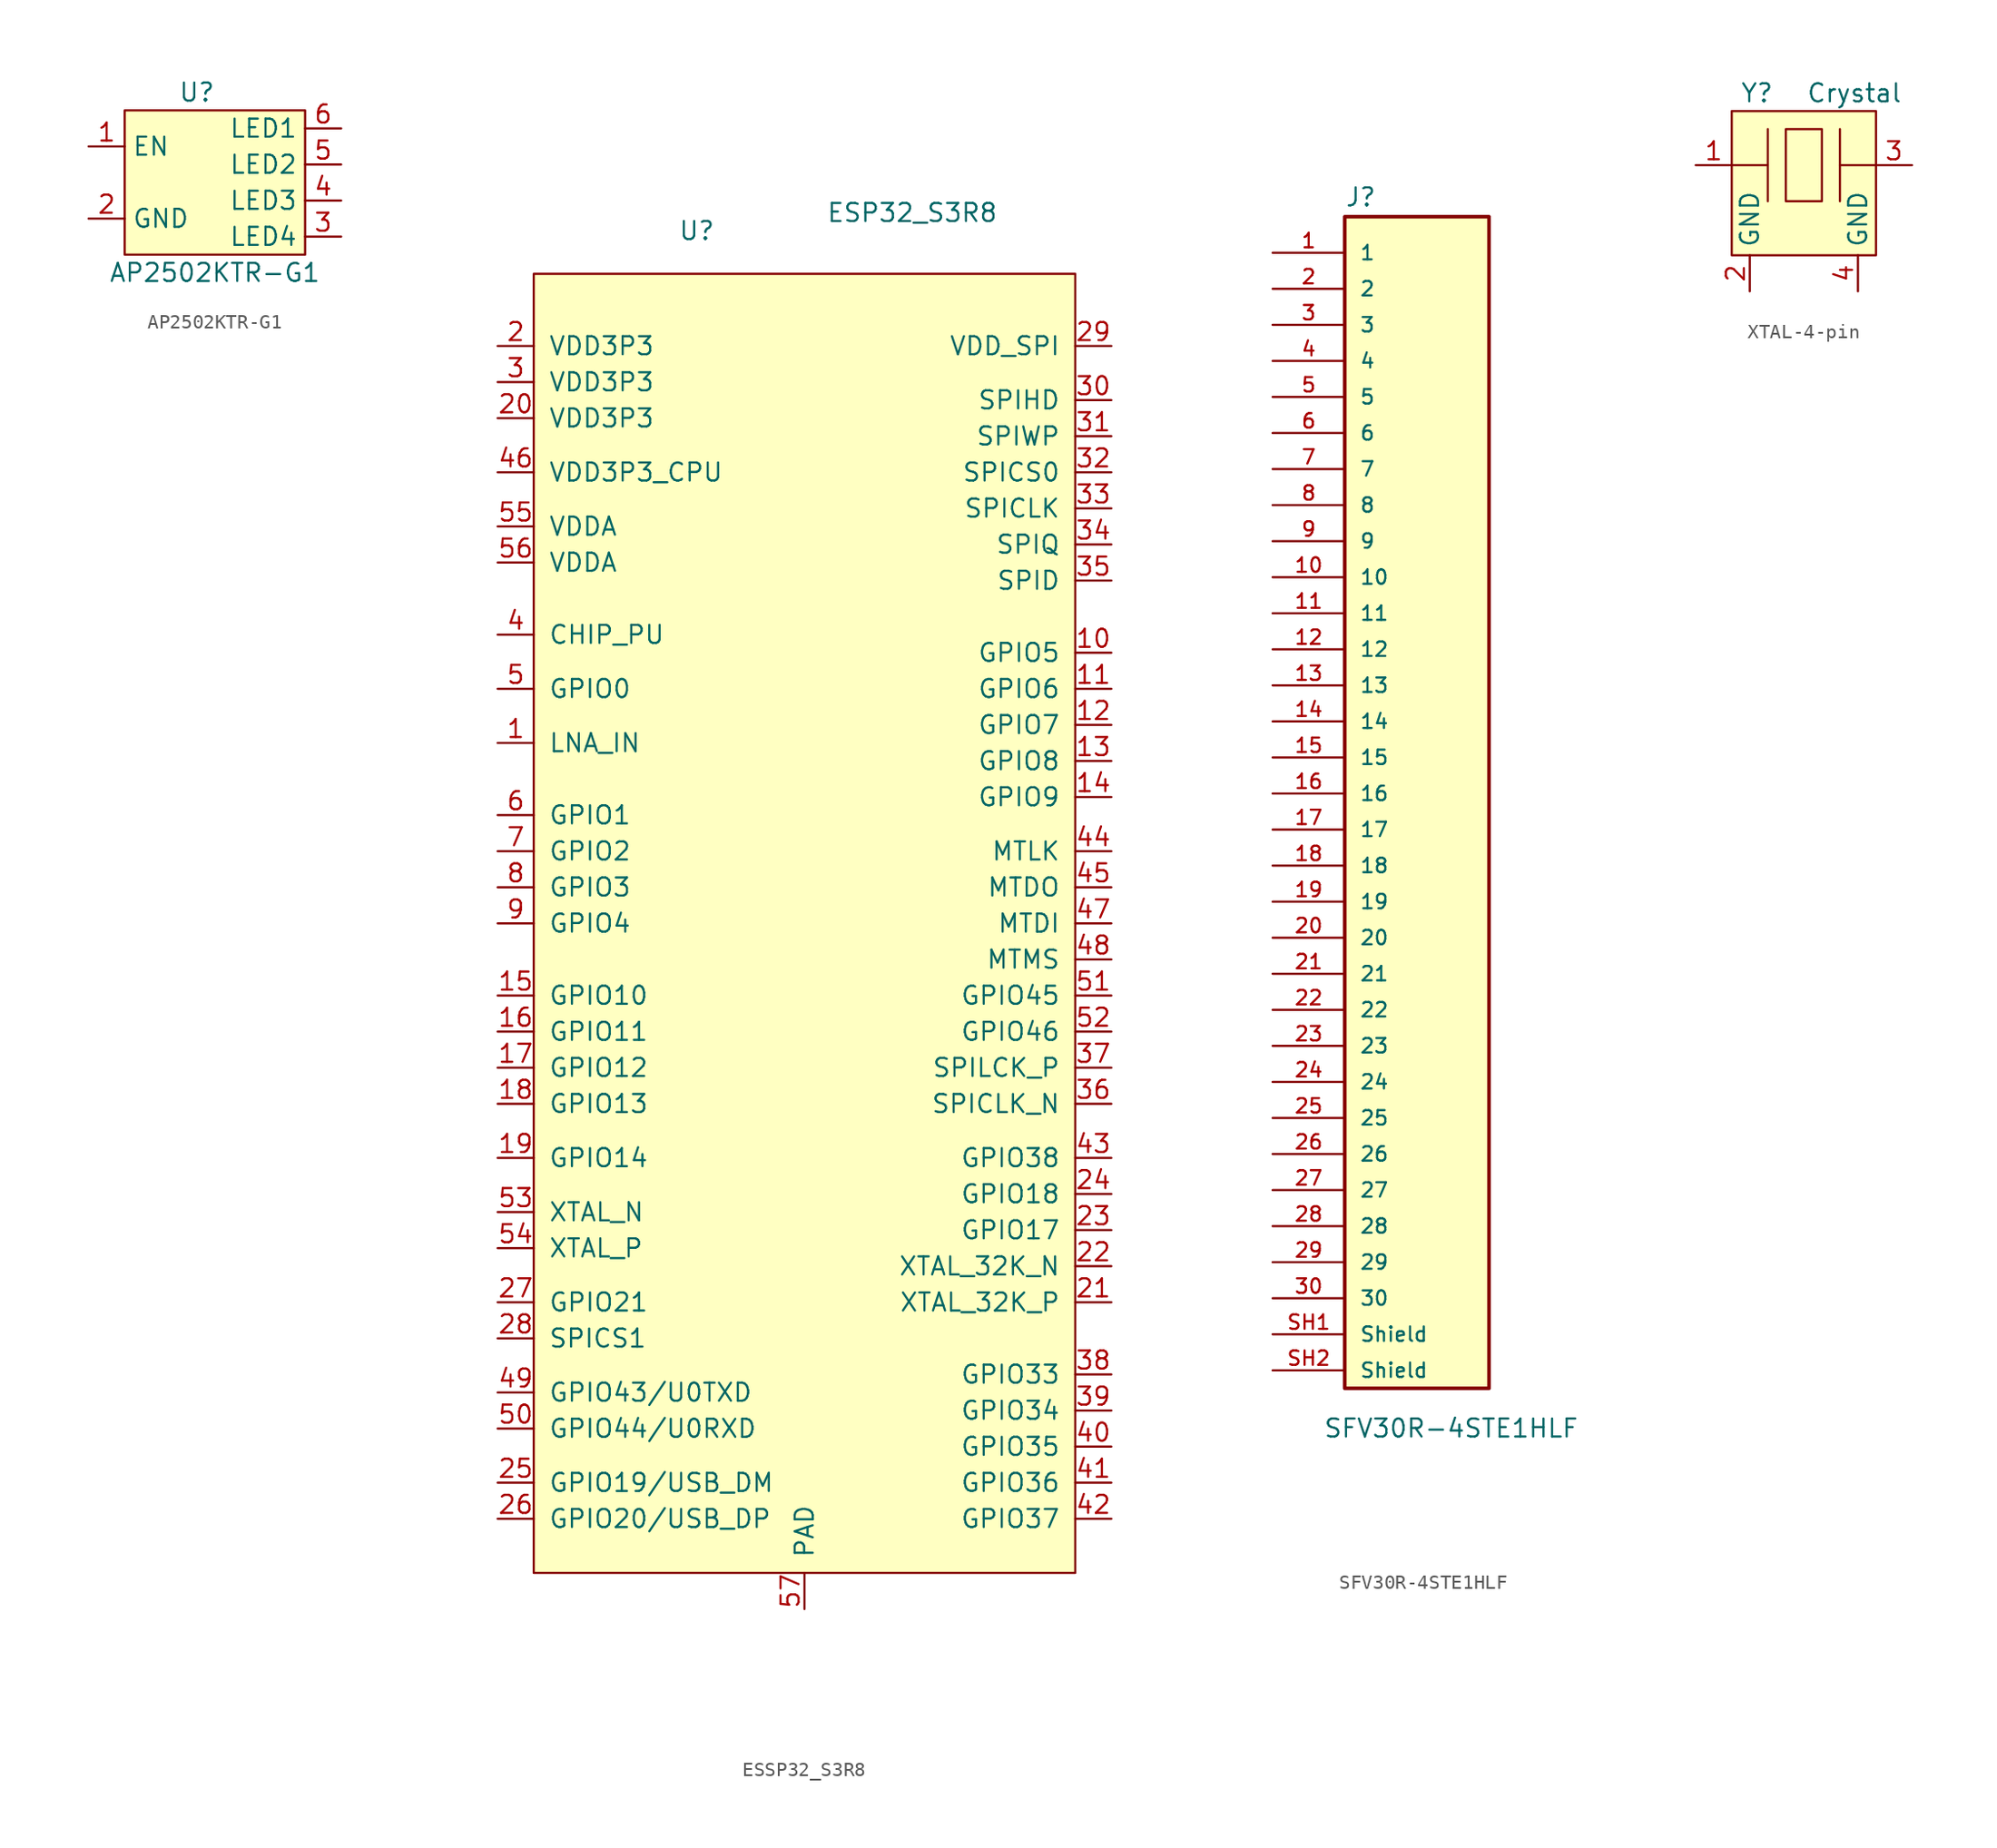
<source format=kicad_sym>
(kicad_symbol_lib
  (version 20231120)
  (generator "kicad_symbol_editor")
  (generator_version "8.0")
  (symbol "AP2502KTR-G1"
    (property "Reference" "U"
      (at -1.27 6.35 0)
      (effects (font (size 1.27 1.27))))
    (property "Value" "AP2502KTR-G1"
      (at 0 -6.35 0)
      (effects (font (size 1.27 1.27))))
    (symbol "AP2502KTR-G1_0_1"
      (rectangle (start -6.35 5.08) (end 6.35 -5.08) (stroke (width 0.152) (type default)) (fill (type background))))
    (symbol "AP2502KTR-G1_1_1"
      (pin input line (at -8.89 2.54 0) (length 2.54) (name "EN" (effects (font (size 1.27 1.27)))) (number "1" (effects (font (size 1.27 1.27)))))
      (pin power_in line (at -8.89 -2.54 0) (length 2.54) (name "GND" (effects (font (size 1.27 1.27)))) (number "2" (effects (font (size 1.27 1.27)))))
      (pin input line (at 8.89 -3.81 180) (length 2.54) (name "LED4" (effects (font (size 1.27 1.27)))) (number "3" (effects (font (size 1.27 1.27)))))
      (pin input line (at 8.89 -1.27 180) (length 2.54) (name "LED3" (effects (font (size 1.27 1.27)))) (number "4" (effects (font (size 1.27 1.27)))))
      (pin input line (at 8.89 1.27 180) (length 2.54) (name "LED2" (effects (font (size 1.27 1.27)))) (number "5" (effects (font (size 1.27 1.27)))))
      (pin input line (at 8.89 3.81 180) (length 2.54) (name "LED1" (effects (font (size 1.27 1.27)))) (number "6" (effects (font (size 1.27 1.27)))))))
  (symbol "ESSP32_S3R8"
    (pin_names
      (offset 1.016))
    (property "Reference" "U"
      (at -8.89 48.006 0)
      (effects (font (size 1.27 1.27)) (justify left bottom)))
    (property "Value" "ESP32_S3R8"
      (at 1.524 49.276 0)
      (effects (font (size 1.27 1.27)) (justify left bottom)))
    (symbol "ESSP32_S3R8_0_0"
      (rectangle (start -19.05 45.72) (end 19.05 -45.72) (stroke (width 0.152) (type default)) (fill (type background))))
    (symbol "ESSP32_S3R8_1_0"
      (pin power_in line (at -21.59 12.7 0) (length 2.54) (name "LNA_IN" (effects (font (size 1.27 1.27)))) (number "1" (effects (font (size 1.27 1.27)))))
      (pin bidirectional line (at 21.59 19.05 180) (length 2.54) (name "GPIO5" (effects (font (size 1.27 1.27)))) (number "10" (effects (font (size 1.27 1.27)))))
      (pin bidirectional line (at 21.59 16.51 180) (length 2.54) (name "GPIO6" (effects (font (size 1.27 1.27)))) (number "11" (effects (font (size 1.27 1.27)))))
      (pin bidirectional line (at 21.59 13.97 180) (length 2.54) (name "GPIO7" (effects (font (size 1.27 1.27)))) (number "12" (effects (font (size 1.27 1.27)))))
      (pin bidirectional line (at 21.59 11.43 180) (length 2.54) (name "GPIO8" (effects (font (size 1.27 1.27)))) (number "13" (effects (font (size 1.27 1.27)))))
      (pin power_in line (at 21.59 8.89 180) (length 2.54) (name "GPIO9" (effects (font (size 1.27 1.27)))) (number "14" (effects (font (size 1.27 1.27)))))
      (pin bidirectional line (at -21.59 -5.08 0) (length 2.54) (name "GPIO10" (effects (font (size 1.27 1.27)))) (number "15" (effects (font (size 1.27 1.27)))))
      (pin bidirectional line (at -21.59 -7.62 0) (length 2.54) (name "GPIO11" (effects (font (size 1.27 1.27)))) (number "16" (effects (font (size 1.27 1.27)))))
      (pin bidirectional line (at -21.59 -10.16 0) (length 2.54) (name "GPIO12" (effects (font (size 1.27 1.27)))) (number "17" (effects (font (size 1.27 1.27)))))
      (pin bidirectional line (at -21.59 -12.7 0) (length 2.54) (name "GPIO13" (effects (font (size 1.27 1.27)))) (number "18" (effects (font (size 1.27 1.27)))))
      (pin bidirectional line (at -21.59 -16.51 0) (length 2.54) (name "GPIO14" (effects (font (size 1.27 1.27)))) (number "19" (effects (font (size 1.27 1.27)))))
      (pin power_in line (at -21.59 40.64 0) (length 2.54) (name "VDD3P3" (effects (font (size 1.27 1.27)))) (number "2" (effects (font (size 1.27 1.27)))))
      (pin power_in line (at -21.59 35.56 0) (length 2.54) (name "VDD3P3" (effects (font (size 1.27 1.27)))) (number "20" (effects (font (size 1.27 1.27)))))
      (pin input line (at 21.59 -26.67 180) (length 2.54) (name "XTAL_32K_P" (effects (font (size 1.27 1.27)))) (number "21" (effects (font (size 1.27 1.27)))))
      (pin power_in line (at 21.59 -24.13 180) (length 2.54) (name "XTAL_32K_N" (effects (font (size 1.27 1.27)))) (number "22" (effects (font (size 1.27 1.27)))))
      (pin bidirectional line (at 21.59 -21.59 180) (length 2.54) (name "GPIO17" (effects (font (size 1.27 1.27)))) (number "23" (effects (font (size 1.27 1.27)))))
      (pin power_in line (at 21.59 -19.05 180) (length 2.54) (name "GPIO18" (effects (font (size 1.27 1.27)))) (number "24" (effects (font (size 1.27 1.27)))))
      (pin power_in line (at -21.59 -39.37 0) (length 2.54) (name "GPIO19/USB_DM" (effects (font (size 1.27 1.27)))) (number "25" (effects (font (size 1.27 1.27)))))
      (pin power_in line (at -21.59 -41.91 0) (length 2.54) (name "GPIO20/USB_DP" (effects (font (size 1.27 1.27)))) (number "26" (effects (font (size 1.27 1.27)))))
      (pin power_in line (at -21.59 -26.67 0) (length 2.54) (name "GPIO21" (effects (font (size 1.27 1.27)))) (number "27" (effects (font (size 1.27 1.27)))))
      (pin power_in line (at -21.59 -29.21 0) (length 2.54) (name "SPICS1" (effects (font (size 1.27 1.27)))) (number "28" (effects (font (size 1.27 1.27)))))
      (pin power_out line (at 21.59 40.64 180) (length 2.54) (name "VDD_SPI" (effects (font (size 1.27 1.27)))) (number "29" (effects (font (size 1.27 1.27)))))
      (pin power_in line (at -21.59 38.1 0) (length 2.54) (name "VDD3P3" (effects (font (size 1.27 1.27)))) (number "3" (effects (font (size 1.27 1.27)))))
      (pin bidirectional line (at 21.59 36.83 180) (length 2.54) (name "SPIHD" (effects (font (size 1.27 1.27)))) (number "30" (effects (font (size 1.27 1.27)))))
      (pin bidirectional line (at 21.59 34.29 180) (length 2.54) (name "SPIWP" (effects (font (size 1.27 1.27)))) (number "31" (effects (font (size 1.27 1.27)))))
      (pin bidirectional line (at 21.59 31.75 180) (length 2.54) (name "SPICS0" (effects (font (size 1.27 1.27)))) (number "32" (effects (font (size 1.27 1.27)))))
      (pin bidirectional line (at 21.59 29.21 180) (length 2.54) (name "SPICLK" (effects (font (size 1.27 1.27)))) (number "33" (effects (font (size 1.27 1.27)))))
      (pin bidirectional line (at 21.59 26.67 180) (length 2.54) (name "SPIQ" (effects (font (size 1.27 1.27)))) (number "34" (effects (font (size 1.27 1.27)))))
      (pin bidirectional line (at 21.59 24.13 180) (length 2.54) (name "SPID" (effects (font (size 1.27 1.27)))) (number "35" (effects (font (size 1.27 1.27)))))
      (pin input line (at 21.59 -12.7 180) (length 2.54) (name "SPICLK_N" (effects (font (size 1.27 1.27)))) (number "36" (effects (font (size 1.27 1.27)))))
      (pin input line (at 21.59 -10.16 180) (length 2.54) (name "SPILCK_P" (effects (font (size 1.27 1.27)))) (number "37" (effects (font (size 1.27 1.27)))))
      (pin bidirectional line (at 21.59 -31.75 180) (length 2.54) (name "GPIO33" (effects (font (size 1.27 1.27)))) (number "38" (effects (font (size 1.27 1.27)))))
      (pin bidirectional line (at 21.59 -34.29 180) (length 2.54) (name "GPIO34" (effects (font (size 1.27 1.27)))) (number "39" (effects (font (size 1.27 1.27)))))
      (pin input line (at -21.59 20.32 0) (length 2.54) (name "CHIP_PU" (effects (font (size 1.27 1.27)))) (number "4" (effects (font (size 1.27 1.27)))))
      (pin bidirectional line (at 21.59 -36.83 180) (length 2.54) (name "GPIO35" (effects (font (size 1.27 1.27)))) (number "40" (effects (font (size 1.27 1.27)))))
      (pin bidirectional line (at 21.59 -39.37 180) (length 2.54) (name "GPIO36" (effects (font (size 1.27 1.27)))) (number "41" (effects (font (size 1.27 1.27)))))
      (pin bidirectional line (at 21.59 -41.91 180) (length 2.54) (name "GPIO37" (effects (font (size 1.27 1.27)))) (number "42" (effects (font (size 1.27 1.27)))))
      (pin power_out line (at 21.59 -16.51 180) (length 2.54) (name "GPIO38" (effects (font (size 1.27 1.27)))) (number "43" (effects (font (size 1.27 1.27)))))
      (pin bidirectional line (at 21.59 5.08 180) (length 2.54) (name "MTLK" (effects (font (size 1.27 1.27)))) (number "44" (effects (font (size 1.27 1.27)))))
      (pin bidirectional line (at 21.59 2.54 180) (length 2.54) (name "MTDO" (effects (font (size 1.27 1.27)))) (number "45" (effects (font (size 1.27 1.27)))))
      (pin power_in line (at -21.59 31.75 0) (length 2.54) (name "VDD3P3_CPU" (effects (font (size 1.27 1.27)))) (number "46" (effects (font (size 1.27 1.27)))))
      (pin bidirectional line (at 21.59 0 180) (length 2.54) (name "MTDI" (effects (font (size 1.27 1.27)))) (number "47" (effects (font (size 1.27 1.27)))))
      (pin bidirectional line (at 21.59 -2.54 180) (length 2.54) (name "MTMS" (effects (font (size 1.27 1.27)))) (number "48" (effects (font (size 1.27 1.27)))))
      (pin output line (at -21.59 -33.02 0) (length 2.54) (name "GPIO43/U0TXD" (effects (font (size 1.27 1.27)))) (number "49" (effects (font (size 1.27 1.27)))))
      (pin bidirectional line (at -21.59 16.51 0) (length 2.54) (name "GPIO0" (effects (font (size 1.27 1.27)))) (number "5" (effects (font (size 1.27 1.27)))))
      (pin input line (at -21.59 -35.56 0) (length 2.54) (name "GPIO44/U0RXD" (effects (font (size 1.27 1.27)))) (number "50" (effects (font (size 1.27 1.27)))))
      (pin bidirectional line (at 21.59 -5.08 180) (length 2.54) (name "GPIO45" (effects (font (size 1.27 1.27)))) (number "51" (effects (font (size 1.27 1.27)))))
      (pin bidirectional line (at 21.59 -7.62 180) (length 2.54) (name "GPIO46" (effects (font (size 1.27 1.27)))) (number "52" (effects (font (size 1.27 1.27)))))
      (pin input line (at -21.59 -20.32 0) (length 2.54) (name "XTAL_N" (effects (font (size 1.27 1.27)))) (number "53" (effects (font (size 1.27 1.27)))))
      (pin input line (at -21.59 -22.86 0) (length 2.54) (name "XTAL_P" (effects (font (size 1.27 1.27)))) (number "54" (effects (font (size 1.27 1.27)))))
      (pin power_in line (at -21.59 27.94 0) (length 2.54) (name "VDDA" (effects (font (size 1.27 1.27)))) (number "55" (effects (font (size 1.27 1.27)))))
      (pin power_in line (at -21.59 25.4 0) (length 2.54) (name "VDDA" (effects (font (size 1.27 1.27)))) (number "56" (effects (font (size 1.27 1.27)))))
      (pin power_in line (at 0 -48.26 90) (length 2.54) (name "PAD" (effects (font (size 1.27 1.27)))) (number "57" (effects (font (size 1.27 1.27)))))
      (pin bidirectional line (at -21.59 7.62 0) (length 2.54) (name "GPIO1" (effects (font (size 1.27 1.27)))) (number "6" (effects (font (size 1.27 1.27)))))
      (pin bidirectional line (at -21.59 5.08 0) (length 2.54) (name "GPIO2" (effects (font (size 1.27 1.27)))) (number "7" (effects (font (size 1.27 1.27)))))
      (pin bidirectional line (at -21.59 2.54 0) (length 2.54) (name "GPIO3" (effects (font (size 1.27 1.27)))) (number "8" (effects (font (size 1.27 1.27)))))
      (pin bidirectional line (at -21.59 0 0) (length 2.54) (name "GPIO4" (effects (font (size 1.27 1.27)))) (number "9" (effects (font (size 1.27 1.27)))))))
  (symbol "SFV30R-4STE1HLF"
    (pin_names
      (offset 1.016))
    (property "Reference" "J"
      (at -5.08 41.275 0)
      (effects (font (size 1.27 1.27)) (justify left bottom)))
    (property "Value" "SFV30R-4STE1HLF"
      (at -6.604 -45.466 0)
      (effects (font (size 1.27 1.27)) (justify left bottom)))
    (symbol "SFV30R-4STE1HLF_0_0"
      (rectangle (start -5.08 40.64) (end 5.08 -41.91) (stroke (width 0.254) (type default)) (fill (type background)))
      (pin passive line (at -10.16 38.1 0) (length 5.08) (name "1" (effects (font (size 1.016 1.016)))) (number "1" (effects (font (size 1.016 1.016)))))
      (pin passive line (at -10.16 15.24 0) (length 5.08) (name "10" (effects (font (size 1.016 1.016)))) (number "10" (effects (font (size 1.016 1.016)))))
      (pin passive line (at -10.16 12.7 0) (length 5.08) (name "11" (effects (font (size 1.016 1.016)))) (number "11" (effects (font (size 1.016 1.016)))))
      (pin passive line (at -10.16 10.16 0) (length 5.08) (name "12" (effects (font (size 1.016 1.016)))) (number "12" (effects (font (size 1.016 1.016)))))
      (pin passive line (at -10.16 7.62 0) (length 5.08) (name "13" (effects (font (size 1.016 1.016)))) (number "13" (effects (font (size 1.016 1.016)))))
      (pin passive line (at -10.16 5.08 0) (length 5.08) (name "14" (effects (font (size 1.016 1.016)))) (number "14" (effects (font (size 1.016 1.016)))))
      (pin passive line (at -10.16 2.54 0) (length 5.08) (name "15" (effects (font (size 1.016 1.016)))) (number "15" (effects (font (size 1.016 1.016)))))
      (pin passive line (at -10.16 0 0) (length 5.08) (name "16" (effects (font (size 1.016 1.016)))) (number "16" (effects (font (size 1.016 1.016)))))
      (pin passive line (at -10.16 -2.54 0) (length 5.08) (name "17" (effects (font (size 1.016 1.016)))) (number "17" (effects (font (size 1.016 1.016)))))
      (pin passive line (at -10.16 -5.08 0) (length 5.08) (name "18" (effects (font (size 1.016 1.016)))) (number "18" (effects (font (size 1.016 1.016)))))
      (pin passive line (at -10.16 -7.62 0) (length 5.08) (name "19" (effects (font (size 1.016 1.016)))) (number "19" (effects (font (size 1.016 1.016)))))
      (pin passive line (at -10.16 35.56 0) (length 5.08) (name "2" (effects (font (size 1.016 1.016)))) (number "2" (effects (font (size 1.016 1.016)))))
      (pin passive line (at -10.16 -10.16 0) (length 5.08) (name "20" (effects (font (size 1.016 1.016)))) (number "20" (effects (font (size 1.016 1.016)))))
      (pin passive line (at -10.16 -12.7 0) (length 5.08) (name "21" (effects (font (size 1.016 1.016)))) (number "21" (effects (font (size 1.016 1.016)))))
      (pin passive line (at -10.16 -15.24 0) (length 5.08) (name "22" (effects (font (size 1.016 1.016)))) (number "22" (effects (font (size 1.016 1.016)))))
      (pin passive line (at -10.16 -17.78 0) (length 5.08) (name "23" (effects (font (size 1.016 1.016)))) (number "23" (effects (font (size 1.016 1.016)))))
      (pin passive line (at -10.16 -20.32 0) (length 5.08) (name "24" (effects (font (size 1.016 1.016)))) (number "24" (effects (font (size 1.016 1.016)))))
      (pin passive line (at -10.16 -22.86 0) (length 5.08) (name "25" (effects (font (size 1.016 1.016)))) (number "25" (effects (font (size 1.016 1.016)))))
      (pin passive line (at -10.16 -25.4 0) (length 5.08) (name "26" (effects (font (size 1.016 1.016)))) (number "26" (effects (font (size 1.016 1.016)))))
      (pin passive line (at -10.16 -27.94 0) (length 5.08) (name "27" (effects (font (size 1.016 1.016)))) (number "27" (effects (font (size 1.016 1.016)))))
      (pin passive line (at -10.16 -30.48 0) (length 5.08) (name "28" (effects (font (size 1.016 1.016)))) (number "28" (effects (font (size 1.016 1.016)))))
      (pin passive line (at -10.16 -33.02 0) (length 5.08) (name "29" (effects (font (size 1.016 1.016)))) (number "29" (effects (font (size 1.016 1.016)))))
      (pin passive line (at -10.16 33.02 0) (length 5.08) (name "3" (effects (font (size 1.016 1.016)))) (number "3" (effects (font (size 1.016 1.016)))))
      (pin passive line (at -10.16 -35.56 0) (length 5.08) (name "30" (effects (font (size 1.016 1.016)))) (number "30" (effects (font (size 1.016 1.016)))))
      (pin passive line (at -10.16 30.48 0) (length 5.08) (name "4" (effects (font (size 1.016 1.016)))) (number "4" (effects (font (size 1.016 1.016)))))
      (pin passive line (at -10.16 27.94 0) (length 5.08) (name "5" (effects (font (size 1.016 1.016)))) (number "5" (effects (font (size 1.016 1.016)))))
      (pin passive line (at -10.16 25.4 0) (length 5.08) (name "6" (effects (font (size 1.016 1.016)))) (number "6" (effects (font (size 1.016 1.016)))))
      (pin passive line (at -10.16 22.86 0) (length 5.08) (name "7" (effects (font (size 1.016 1.016)))) (number "7" (effects (font (size 1.016 1.016)))))
      (pin passive line (at -10.16 20.32 0) (length 5.08) (name "8" (effects (font (size 1.016 1.016)))) (number "8" (effects (font (size 1.016 1.016)))))
      (pin passive line (at -10.16 17.78 0) (length 5.08) (name "9" (effects (font (size 1.016 1.016)))) (number "9" (effects (font (size 1.016 1.016))))))
    (symbol "SFV30R-4STE1HLF_1_0"
      (pin passive line (at -10.16 -38.1 0) (length 5.08) (name "Shield" (effects (font (size 1.016 1.016)))) (number "SH1" (effects (font (size 1.016 1.016)))))
      (pin passive line (at -10.16 -40.64 0) (length 5.08) (name "Shield" (effects (font (size 1.016 1.016)))) (number "SH2" (effects (font (size 1.016 1.016)))))))
  (symbol "XTAL-4-pin"
    (property "Reference" "Y"
      (at -3.302 6.35 0)
      (effects (font (size 1.27 1.27))))
    (property "Value" "Crystal"
      (at 3.556 6.35 0)
      (effects (font (size 1.27 1.27))))
    (symbol "XTAL-4-pin_0_1"
      (rectangle (start -5.08 5.08) (end 5.08 -5.08) (stroke (width 0.152) (type default)) (fill (type background)))
      (rectangle (start -1.27 3.81) (end 1.27 -1.27) (stroke (width 0) (type default)) (fill (type none)))
      (polyline (pts (xy -2.54 1.27) (xy -5.08 1.27)) (stroke (width 0) (type default)) (fill (type none)))
      (polyline (pts (xy -2.54 3.81) (xy -2.54 -1.27)) (stroke (width 0) (type default)) (fill (type none)))
      (polyline (pts (xy 2.54 1.27) (xy 5.08 1.27)) (stroke (width 0) (type default)) (fill (type none)))
      (polyline (pts (xy 2.54 3.81) (xy 2.54 -1.27)) (stroke (width 0) (type default)) (fill (type none))))
    (symbol "XTAL-4-pin_1_0"
      (pin bidirectional line (at -7.62 1.27 0) (length 2.54) (name "" (effects (font (size 1.27 1.27)))) (number "1" (effects (font (size 1.27 1.27)))))
      (pin bidirectional line (at -3.81 -7.62 90) (length 2.54) (name "GND" (effects (font (size 1.27 1.27)))) (number "2" (effects (font (size 1.27 1.27)))))
      (pin bidirectional line (at 7.62 1.27 180) (length 2.54) (name "" (effects (font (size 1.27 1.27)))) (number "3" (effects (font (size 1.27 1.27)))))
      (pin bidirectional line (at 3.81 -7.62 90) (length 2.54) (name "GND" (effects (font (size 1.27 1.27)))) (number "4" (effects (font (size 1.27 1.27))))))))
</source>
